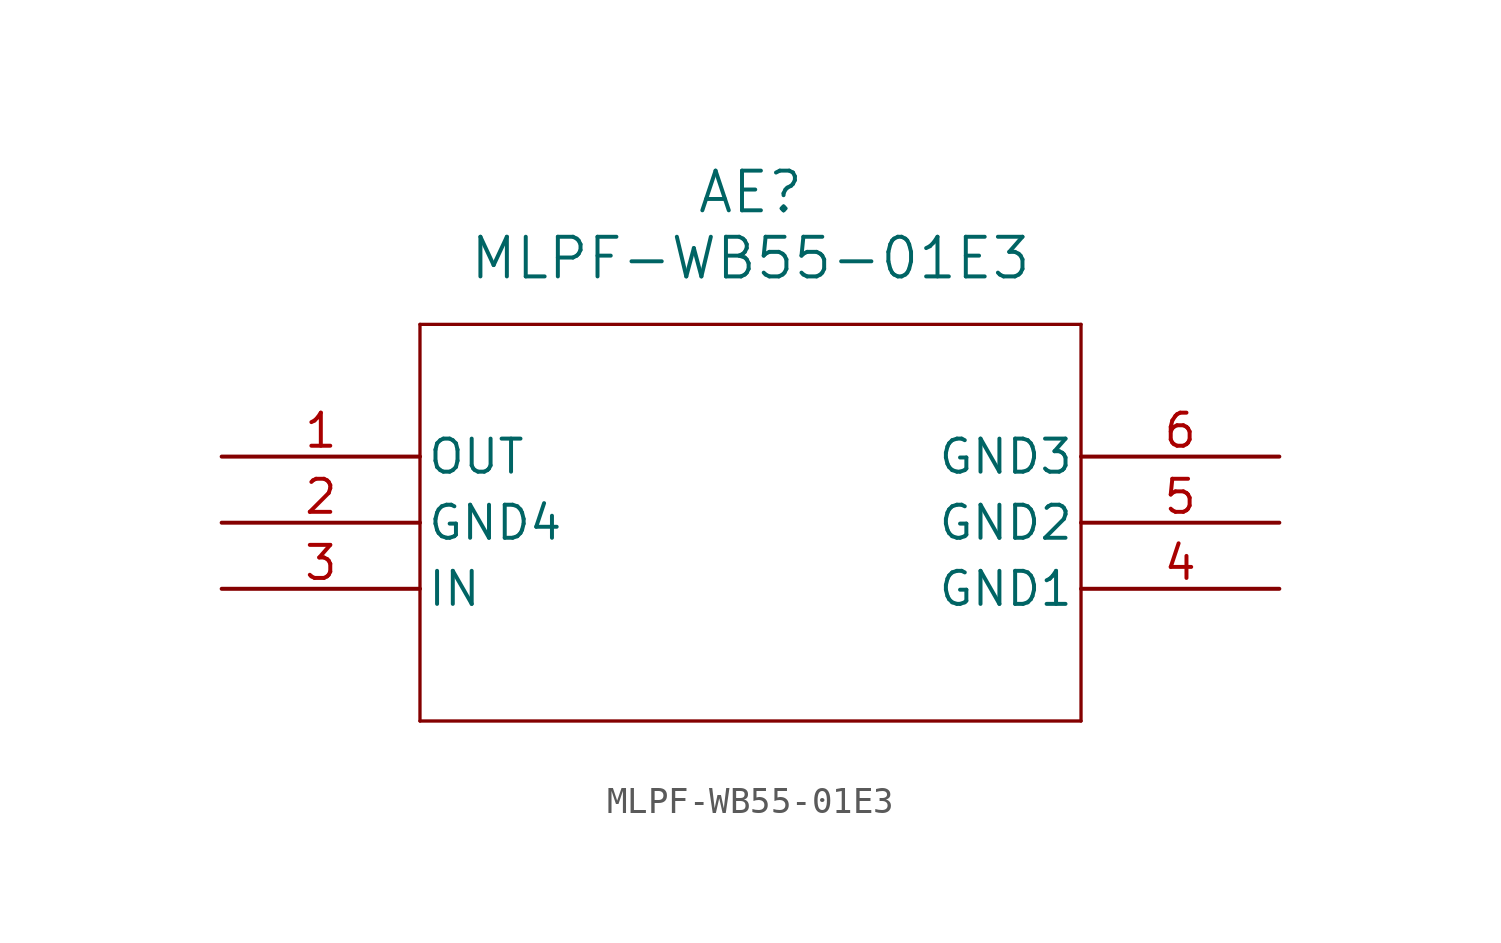
<source format=kicad_sym>
(kicad_symbol_lib
  (version 20211014)
  (generator kicad_symbol_editor)
  (symbol "MLPF-WB55-01E3"
    (pin_names
      (offset 0.254))
    (property "Reference" "AE"
      (at 20.32 10.16 0)
      (effects (font (size 1.524 1.524))))
    (property "Value" "MLPF-WB55-01E3"
      (at 20.32 7.62 0)
      (effects (font (size 1.524 1.524))))
    (symbol "MLPF-WB55-01E3_0_1"
      (polyline (pts (xy 7.62 5.08) (xy 7.62 -10.16)) (stroke (width 0.127) (type default) (color 0 0 0 0)) (fill (type none)))
      (polyline (pts (xy 7.62 -10.16) (xy 33.02 -10.16)) (stroke (width 0.127) (type default) (color 0 0 0 0)) (fill (type none)))
      (polyline (pts (xy 33.02 -10.16) (xy 33.02 5.08)) (stroke (width 0.127) (type default) (color 0 0 0 0)) (fill (type none)))
      (polyline (pts (xy 33.02 5.08) (xy 7.62 5.08)) (stroke (width 0.127) (type default) (color 0 0 0 0)) (fill (type none)))
      (pin input line (at 0 0 0) (length 7.62) (name "OUT" (effects (font (size 1.27 1.27)))) (number "1" (effects (font (size 1.27 1.27)))))
      (pin power_out line (at 0 -2.54 0) (length 7.62) (name "GND4" (effects (font (size 1.27 1.27)))) (number "2" (effects (font (size 1.27 1.27)))))
      (pin output line (at 0 -5.08 0) (length 7.62) (name "IN" (effects (font (size 1.27 1.27)))) (number "3" (effects (font (size 1.27 1.27)))))
      (pin power_out line (at 40.64 -5.08 180) (length 7.62) (name "GND1" (effects (font (size 1.27 1.27)))) (number "4" (effects (font (size 1.27 1.27)))))
      (pin power_out line (at 40.64 -2.54 180) (length 7.62) (name "GND2" (effects (font (size 1.27 1.27)))) (number "5" (effects (font (size 1.27 1.27)))))
      (pin power_out line (at 40.64 0 180) (length 7.62) (name "GND3" (effects (font (size 1.27 1.27)))) (number "6" (effects (font (size 1.27 1.27))))))))
</source>
